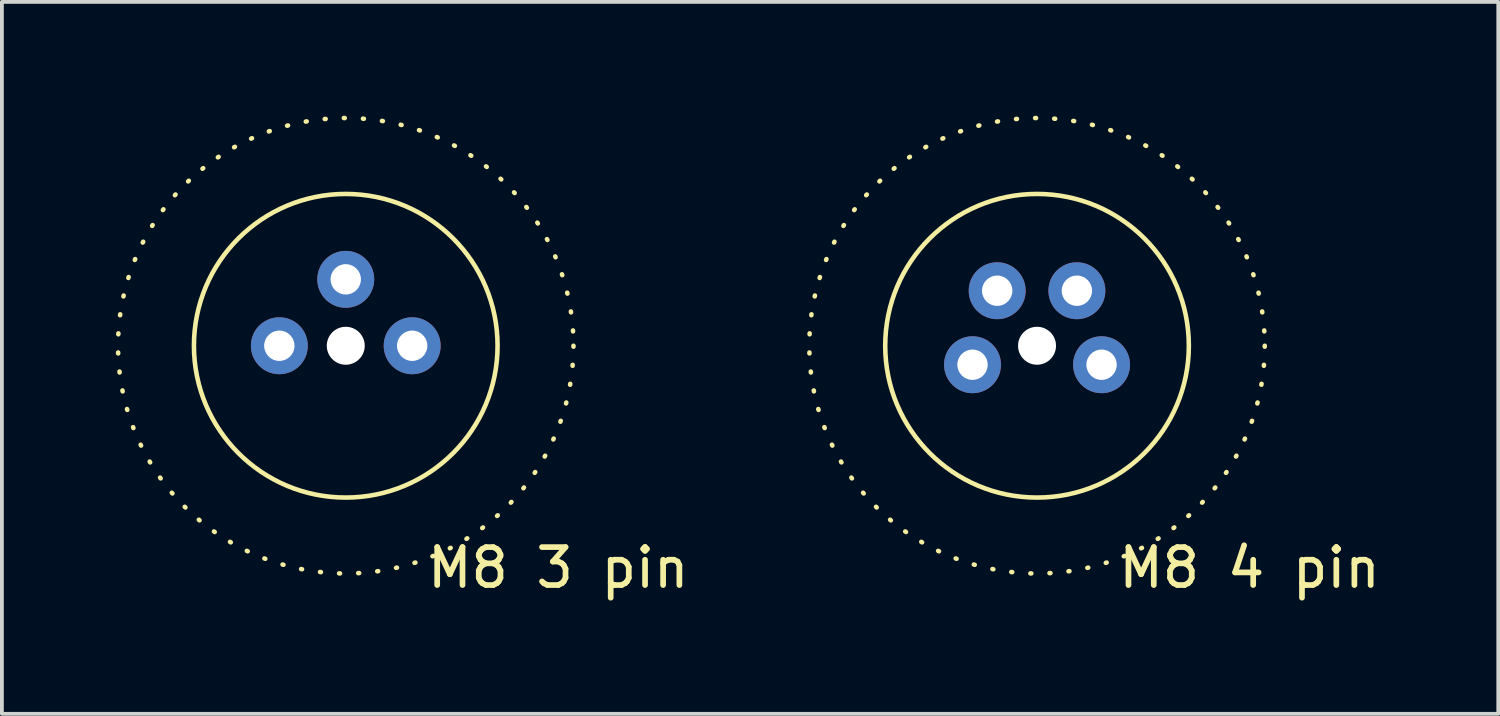
<source format=kicad_pcb>
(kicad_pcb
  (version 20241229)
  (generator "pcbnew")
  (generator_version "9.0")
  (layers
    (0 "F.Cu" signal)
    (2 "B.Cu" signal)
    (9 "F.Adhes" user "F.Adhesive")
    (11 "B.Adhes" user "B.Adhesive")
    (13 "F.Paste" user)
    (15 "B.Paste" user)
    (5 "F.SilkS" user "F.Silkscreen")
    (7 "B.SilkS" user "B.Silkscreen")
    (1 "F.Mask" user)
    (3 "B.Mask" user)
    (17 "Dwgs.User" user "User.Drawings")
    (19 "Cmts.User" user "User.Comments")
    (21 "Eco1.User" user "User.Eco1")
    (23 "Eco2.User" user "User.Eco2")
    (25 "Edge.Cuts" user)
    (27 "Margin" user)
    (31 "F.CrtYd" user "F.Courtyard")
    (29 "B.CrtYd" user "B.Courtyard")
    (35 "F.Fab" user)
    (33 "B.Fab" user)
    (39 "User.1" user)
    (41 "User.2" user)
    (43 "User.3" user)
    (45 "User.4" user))
  (footprint "M8 3 pin"
    (layer "F.Cu")
    (at 6.06 6.06)
    (property "Reference" "M8 3 pin" (at 5.6 5.85 0) (unlocked yes) (layer "F.SilkS") (effects (font (size 1 1) (thickness 0.15))))
    (attr through_hole)
    (fp_circle (center 0 0) (end 4 0) (stroke (width 0.12) (type default)) (fill no) (layer "F.SilkS"))
    (fp_circle (center 0 0) (end 6 0) (stroke (width 0.12) (type dot)) (fill no) (layer "F.SilkS"))
    (pad "" np_thru_hole circle (at 0 0) (size 1 1) (drill 1) (layers "*.Cu" "*.Mask"))
    (pad "1" thru_hole circle (at -1.75 0) (size 1.5 1.5) (drill 0.8) (layers "*.Cu" "*.Mask"))
    (pad "2" thru_hole circle (at 0 -1.75) (size 1.5 1.5) (drill 0.8) (layers "*.Cu" "*.Mask"))
    (pad "3" thru_hole circle (at 1.75 0) (size 1.5 1.5) (drill 0.8) (layers "*.Cu" "*.Mask")))
  (footprint "M8 4 pin"
    (layer "F.Cu")
    (at 24.274 6.06)
    (property "Reference" "M8 4 pin" (at 5.6 5.85 0) (unlocked yes) (layer "F.SilkS") (effects (font (size 1 1) (thickness 0.15))))
    (attr through_hole)
    (fp_circle (center 0 0) (end 4 0) (stroke (width 0.12) (type default)) (fill no) (layer "F.SilkS"))
    (fp_circle (center 0 0) (end 6 0) (stroke (width 0.12) (type dot)) (fill no) (layer "F.SilkS"))
    (pad "" np_thru_hole circle (at 0 0) (size 1 1) (drill 1) (layers "*.Cu" "*.Mask"))
    (pad "1" thru_hole circle (at -1.7 0.5) (size 1.5 1.5) (drill 0.8) (layers "*.Cu" "*.Mask"))
    (pad "2" thru_hole circle (at -1.05 -1.45) (size 1.5 1.5) (drill 0.8) (layers "*.Cu" "*.Mask"))
    (pad "3" thru_hole circle (at 1.7 0.5) (size 1.5 1.5) (drill 0.8) (layers "*.Cu" "*.Mask"))
    (pad "4" thru_hole circle (at 1.05 -1.45) (size 1.5 1.5) (drill 0.8) (layers "*.Cu" "*.Mask")))
  (gr_rect
    (start -3 -3)
    (end 36.427 15.758)
    (stroke (width 0.1) (type default))
    (fill no)
    (layer "Edge.Cuts")))
</source>
